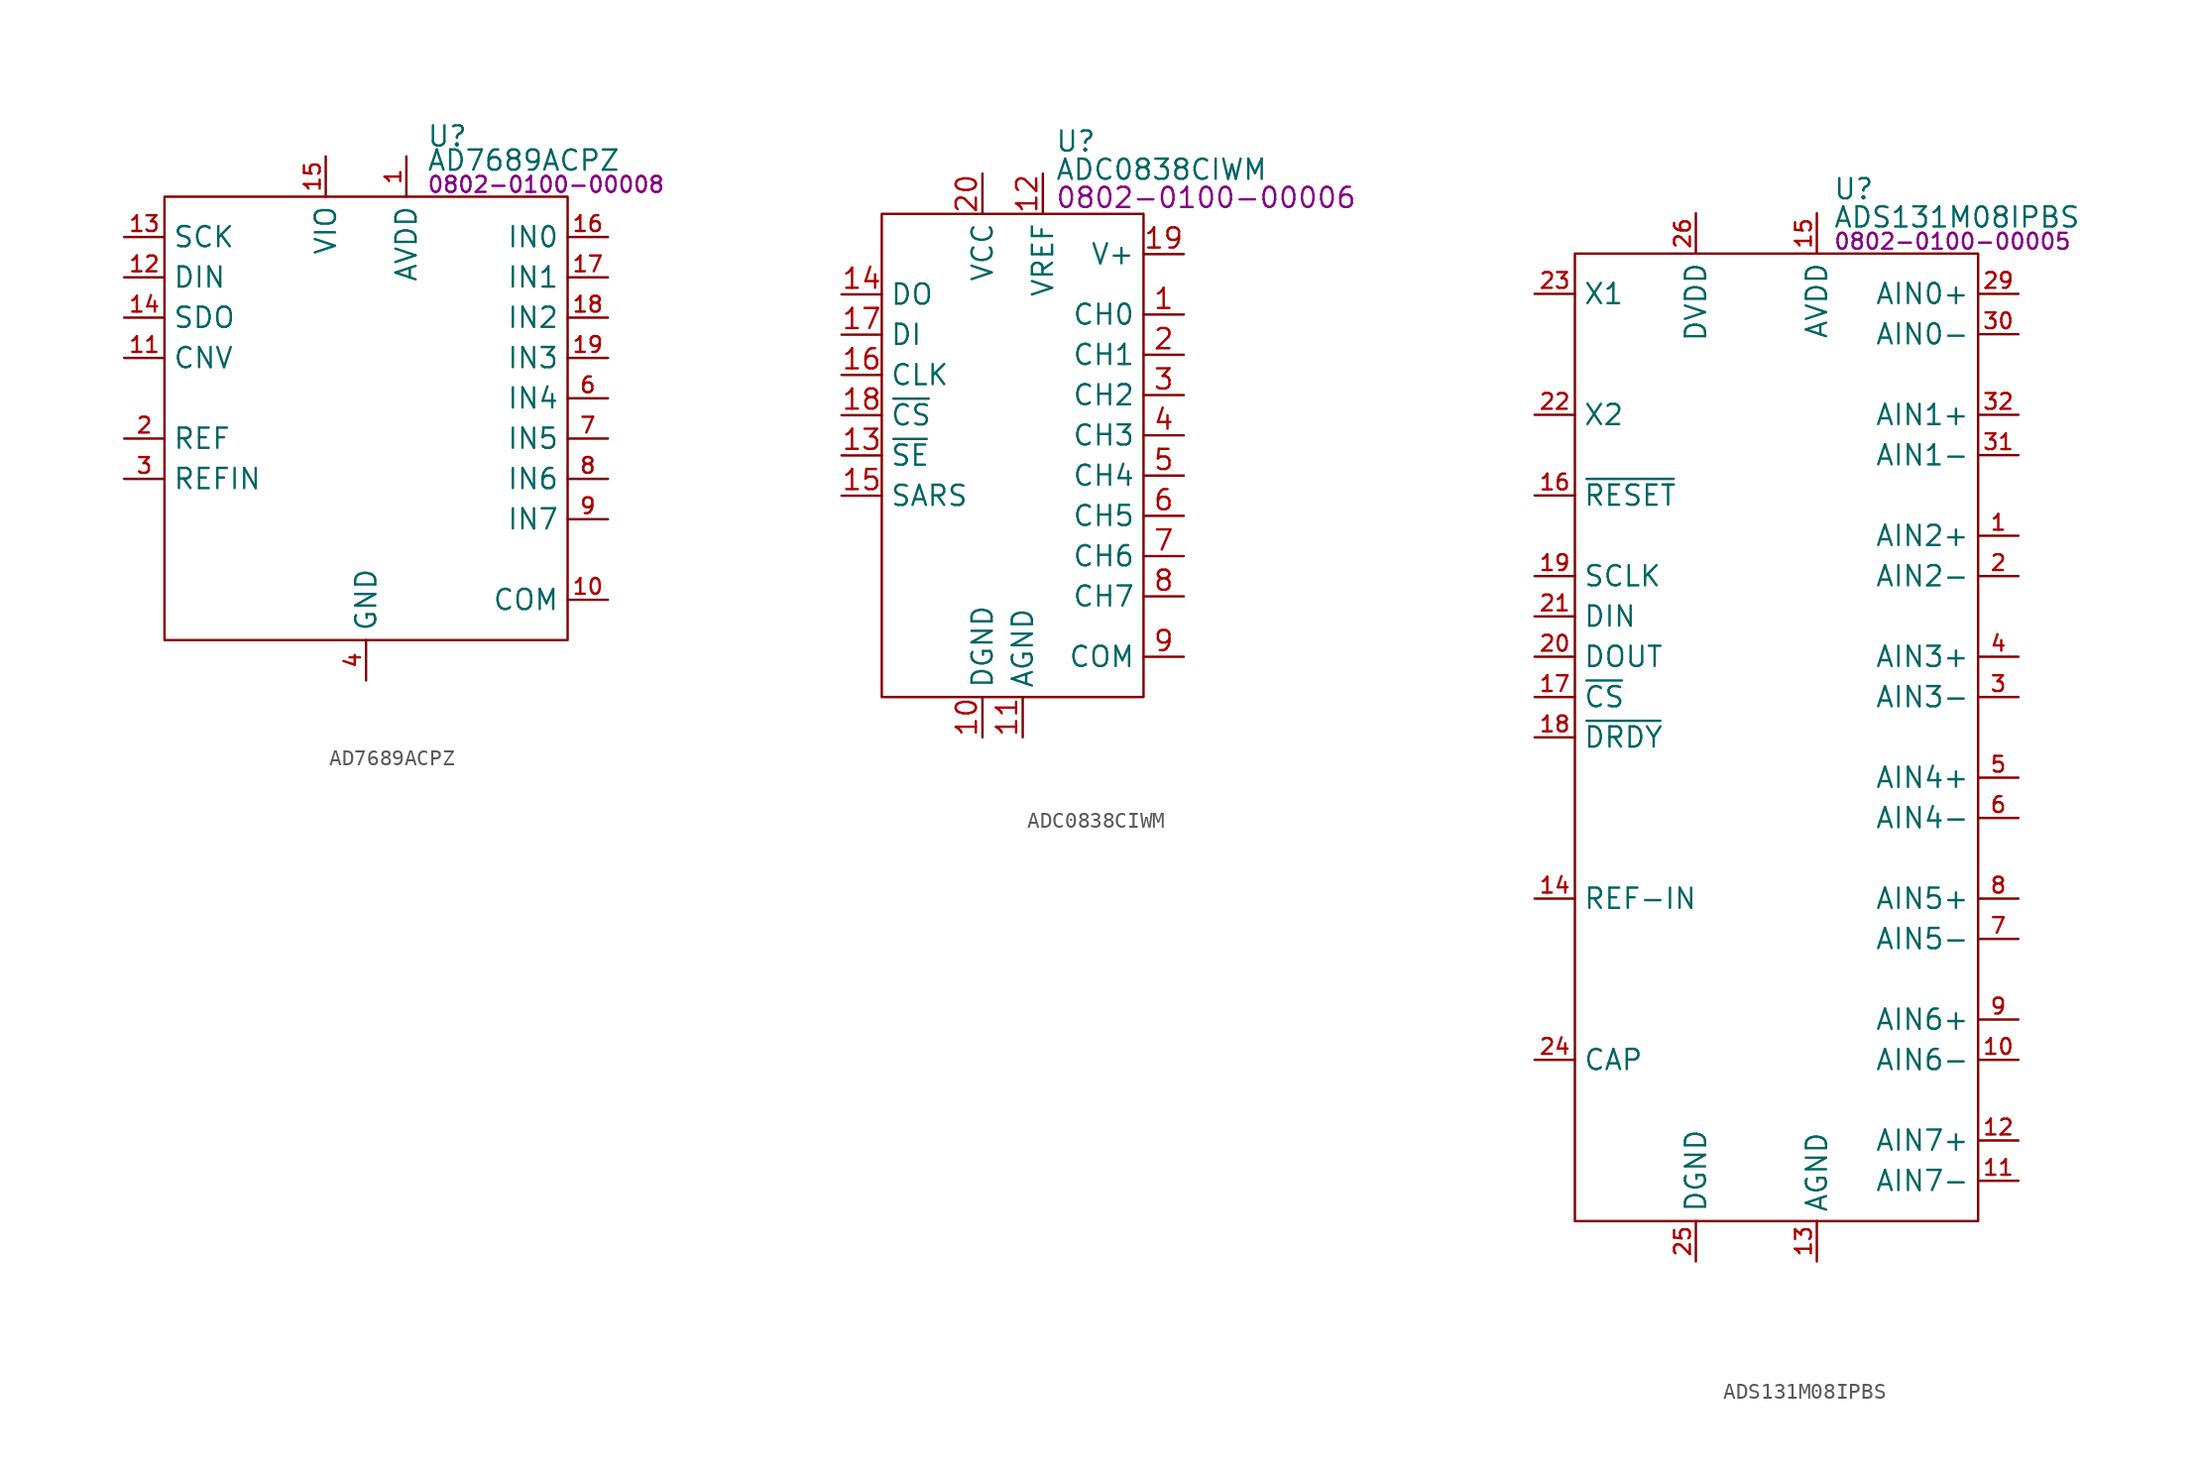
<source format=kicad_sym>
(kicad_symbol_lib
  (version 20231120)
  (generator "kicad_symbol_editor")
  (generator_version "8.0")
  (symbol "AD7689ACPZ"
    (property "Reference" "U"
      (at 16.51 3.81 0)
      (effects (font (size 1.27 1.27)) (justify left)))
    (property "Value" "AD7689ACPZ"
      (at 16.51 2.286 0)
      (effects (font (size 1.27 1.27)) (justify left)))
    (property "PartNumber" "0802-0100-00008"
      (at 16.51 0.762 0)
      (effects (font (size 1 1)) (justify left)))
    (symbol "AD7689ACPZ_0_0"
      (pin input line (at 27.94 -25.4 180) (length 2.54) (name "COM" (effects (font (size 1.27 1.27)))) (number "10" (effects (font (size 0.991 0.991)))))
      (pin input line (at -2.54 -10.16 0) (length 2.54) (name "CNV" (effects (font (size 1.27 1.27)))) (number "11" (effects (font (size 0.991 0.991)))))
      (pin input line (at -2.54 -5.08 0) (length 2.54) (name "DIN" (effects (font (size 1.27 1.27)))) (number "12" (effects (font (size 0.991 0.991)))))
      (pin input line (at -2.54 -2.54 0) (length 2.54) (name "SCK" (effects (font (size 1.27 1.27)))) (number "13" (effects (font (size 0.991 0.991)))))
      (pin output line (at -2.54 -7.62 0) (length 2.54) (name "SDO" (effects (font (size 1.27 1.27)))) (number "14" (effects (font (size 0.991 0.991)))))
      (pin power_in line (at 10.16 2.54 270) (length 2.54) (name "VIO" (effects (font (size 1.27 1.27)))) (number "15" (effects (font (size 0.991 0.991)))))
      (pin input line (at 27.94 -2.54 180) (length 2.54) (name "IN0" (effects (font (size 1.27 1.27)))) (number "16" (effects (font (size 0.991 0.991)))))
      (pin input line (at 27.94 -5.08 180) (length 2.54) (name "IN1" (effects (font (size 1.27 1.27)))) (number "17" (effects (font (size 0.991 0.991)))))
      (pin input line (at 27.94 -7.62 180) (length 2.54) (name "IN2" (effects (font (size 1.27 1.27)))) (number "18" (effects (font (size 0.991 0.991)))))
      (pin input line (at 27.94 -10.16 180) (length 2.54) (name "IN3" (effects (font (size 1.27 1.27)))) (number "19" (effects (font (size 0.991 0.991)))))
      (pin input line (at -2.54 -15.24 0) (length 2.54) (name "REF" (effects (font (size 1.27 1.27)))) (number "2" (effects (font (size 0.991 0.991)))))
      (pin power_in line (at 12.7 -30.48 90) (length 2.54) hide (name "GND" (effects (font (size 1.27 1.27)))) (number "21" (effects (font (size 0.991 0.991)))))
      (pin input line (at -2.54 -17.78 0) (length 2.54) (name "REFIN" (effects (font (size 1.27 1.27)))) (number "3" (effects (font (size 0.991 0.991)))))
      (pin power_in line (at 12.7 -30.48 90) (length 2.54) (name "GND" (effects (font (size 1.27 1.27)))) (number "4" (effects (font (size 0.991 0.991)))))
      (pin power_in line (at 12.7 -30.48 90) (length 2.54) hide (name "GND" (effects (font (size 1.27 1.27)))) (number "5" (effects (font (size 0.991 0.991)))))
      (pin input line (at 27.94 -12.7 180) (length 2.54) (name "IN4" (effects (font (size 1.27 1.27)))) (number "6" (effects (font (size 0.991 0.991)))))
      (pin input line (at 27.94 -15.24 180) (length 2.54) (name "IN5" (effects (font (size 1.27 1.27)))) (number "7" (effects (font (size 0.991 0.991)))))
      (pin input line (at 27.94 -17.78 180) (length 2.54) (name "IN6" (effects (font (size 1.27 1.27)))) (number "8" (effects (font (size 0.991 0.991)))))
      (pin input line (at 27.94 -20.32 180) (length 2.54) (name "IN7" (effects (font (size 1.27 1.27)))) (number "9" (effects (font (size 0.991 0.991))))))
    (symbol "AD7689ACPZ_0_1"
      (rectangle (start 0 0) (end 25.4 -27.94) (stroke (width 0) (type default)) (fill (type none))))
    (symbol "AD7689ACPZ_1_0"
      (pin power_in line (at 15.24 2.54 270) (length 2.54) (name "AVDD" (effects (font (size 1.27 1.27)))) (number "1" (effects (font (size 0.991 0.991)))))
      (pin power_in line (at 15.24 2.54 270) (length 2.54) hide (name "AVDD" (effects (font (size 1.27 1.27)))) (number "20" (effects (font (size 0.991 0.991)))))))
  (symbol "ADC0838CIWM"
    (property "Reference" "U"
      (at 10.922 4.572 0)
      (effects (font (size 1.27 1.27)) (justify left)))
    (property "Value" "ADC0838CIWM"
      (at 10.922 2.794 0)
      (effects (font (size 1.27 1.27)) (justify left)))
    (property "PartNumber" "0802-0100-00006"
      (at 10.922 1.016 0)
      (effects (font (size 1.27 1.27)) (justify left)))
    (symbol "ADC0838CIWM_0_0"
      (pin input line (at 19.05 -6.35 180) (length 2.54) (name "CH0" (effects (font (size 1.27 1.27)))) (number "1" (effects (font (size 1.27 1.27)))))
      (pin power_in line (at 6.35 -33.02 90) (length 2.54) (name "DGND" (effects (font (size 1.27 1.27)))) (number "10" (effects (font (size 1.27 1.27)))))
      (pin power_in line (at 8.89 -33.02 90) (length 2.54) (name "AGND" (effects (font (size 1.27 1.27)))) (number "11" (effects (font (size 1.27 1.27)))))
      (pin input line (at 10.16 2.54 270) (length 2.54) (name "VREF" (effects (font (size 1.27 1.27)))) (number "12" (effects (font (size 1.27 1.27)))))
      (pin input line (at -2.54 -15.24 0) (length 2.54) (name "~{SE}" (effects (font (size 1.27 1.27)))) (number "13" (effects (font (size 1.27 1.27)))))
      (pin output line (at -2.54 -5.08 0) (length 2.54) (name "DO" (effects (font (size 1.27 1.27)))) (number "14" (effects (font (size 1.27 1.27)))))
      (pin output line (at -2.54 -17.78 0) (length 2.54) (name "SARS" (effects (font (size 1.27 1.27)))) (number "15" (effects (font (size 1.27 1.27)))))
      (pin input line (at -2.54 -10.16 0) (length 2.54) (name "CLK" (effects (font (size 1.27 1.27)))) (number "16" (effects (font (size 1.27 1.27)))))
      (pin input line (at -2.54 -7.62 0) (length 2.54) (name "DI" (effects (font (size 1.27 1.27)))) (number "17" (effects (font (size 1.27 1.27)))))
      (pin input line (at -2.54 -12.7 0) (length 2.54) (name "~{CS}" (effects (font (size 1.27 1.27)))) (number "18" (effects (font (size 1.27 1.27)))))
      (pin power_out line (at 19.05 -2.54 180) (length 2.54) (name "V+" (effects (font (size 1.27 1.27)))) (number "19" (effects (font (size 1.27 1.27)))))
      (pin input line (at 19.05 -8.89 180) (length 2.54) (name "CH1" (effects (font (size 1.27 1.27)))) (number "2" (effects (font (size 1.27 1.27)))))
      (pin power_in line (at 6.35 2.54 270) (length 2.54) (name "VCC" (effects (font (size 1.27 1.27)))) (number "20" (effects (font (size 1.27 1.27)))))
      (pin input line (at 19.05 -11.43 180) (length 2.54) (name "CH2" (effects (font (size 1.27 1.27)))) (number "3" (effects (font (size 1.27 1.27)))))
      (pin input line (at 19.05 -13.97 180) (length 2.54) (name "CH3" (effects (font (size 1.27 1.27)))) (number "4" (effects (font (size 1.27 1.27)))))
      (pin input line (at 19.05 -16.51 180) (length 2.54) (name "CH4" (effects (font (size 1.27 1.27)))) (number "5" (effects (font (size 1.27 1.27)))))
      (pin input line (at 19.05 -19.05 180) (length 2.54) (name "CH5" (effects (font (size 1.27 1.27)))) (number "6" (effects (font (size 1.27 1.27)))))
      (pin input line (at 19.05 -21.59 180) (length 2.54) (name "CH6" (effects (font (size 1.27 1.27)))) (number "7" (effects (font (size 1.27 1.27)))))
      (pin input line (at 19.05 -24.13 180) (length 2.54) (name "CH7" (effects (font (size 1.27 1.27)))) (number "8" (effects (font (size 1.27 1.27)))))
      (pin input line (at 19.05 -27.94 180) (length 2.54) (name "COM" (effects (font (size 1.27 1.27)))) (number "9" (effects (font (size 1.27 1.27))))))
    (symbol "ADC0838CIWM_0_1"
      (rectangle (start 0 0) (end 16.51 -30.48) (stroke (width 0) (type default)) (fill (type none)))))
  (symbol "ADS131M08IPBS"
    (property "Reference" "U"
      (at 16.256 4.064 0)
      (effects (font (size 1.27 1.27)) (justify left)))
    (property "Value" "ADS131M08IPBS"
      (at 16.256 2.286 0)
      (effects (font (size 1.27 1.27)) (justify left)))
    (property "PartNumber" "0802-0100-00005"
      (at 16.256 0.762 0)
      (effects (font (size 1 1)) (justify left)))
    (symbol "ADS131M08IPBS_0_0"
      (pin input line (at 27.94 -17.78 180) (length 2.54) (name "AIN2+" (effects (font (size 1.27 1.27)))) (number "1" (effects (font (size 0.991 0.991)))))
      (pin input line (at 27.94 -50.8 180) (length 2.54) (name "AIN6-" (effects (font (size 1.27 1.27)))) (number "10" (effects (font (size 0.991 0.991)))))
      (pin input line (at 27.94 -58.42 180) (length 2.54) (name "AIN7-" (effects (font (size 1.27 1.27)))) (number "11" (effects (font (size 0.991 0.991)))))
      (pin input line (at 27.94 -55.88 180) (length 2.54) (name "AIN7+" (effects (font (size 1.27 1.27)))) (number "12" (effects (font (size 0.991 0.991)))))
      (pin power_in line (at 15.24 -63.5 90) (length 2.54) (name "AGND" (effects (font (size 1.27 1.27)))) (number "13" (effects (font (size 0.991 0.991)))))
      (pin input line (at -2.54 -40.64 0) (length 2.54) (name "REF-IN" (effects (font (size 1.27 1.27)))) (number "14" (effects (font (size 0.991 0.991)))))
      (pin power_in line (at 15.24 2.54 270) (length 2.54) (name "AVDD" (effects (font (size 1.27 1.27)))) (number "15" (effects (font (size 0.991 0.991)))))
      (pin input line (at -2.54 -15.24 0) (length 2.54) (name "~{RESET}" (effects (font (size 1.27 1.27)))) (number "16" (effects (font (size 0.991 0.991)))))
      (pin input line (at -2.54 -27.94 0) (length 2.54) (name "~{CS}" (effects (font (size 1.27 1.27)))) (number "17" (effects (font (size 0.991 0.991)))))
      (pin output line (at -2.54 -30.48 0) (length 2.54) (name "~{DRDY}" (effects (font (size 1.27 1.27)))) (number "18" (effects (font (size 0.991 0.991)))))
      (pin input line (at -2.54 -20.32 0) (length 2.54) (name "SCLK" (effects (font (size 1.27 1.27)))) (number "19" (effects (font (size 0.991 0.991)))))
      (pin input line (at 27.94 -20.32 180) (length 2.54) (name "AIN2-" (effects (font (size 1.27 1.27)))) (number "2" (effects (font (size 0.991 0.991)))))
      (pin output line (at -2.54 -25.4 0) (length 2.54) (name "DOUT" (effects (font (size 1.27 1.27)))) (number "20" (effects (font (size 0.991 0.991)))))
      (pin input line (at -2.54 -22.86 0) (length 2.54) (name "DIN" (effects (font (size 1.27 1.27)))) (number "21" (effects (font (size 0.991 0.991)))))
      (pin passive line (at -2.54 -10.16 0) (length 2.54) (name "X2" (effects (font (size 1.27 1.27)))) (number "22" (effects (font (size 0.991 0.991)))))
      (pin passive line (at -2.54 -2.54 0) (length 2.54) (name "X1" (effects (font (size 1.27 1.27)))) (number "23" (effects (font (size 0.991 0.991)))))
      (pin input line (at -2.54 -50.8 0) (length 2.54) (name "CAP" (effects (font (size 1.27 1.27)))) (number "24" (effects (font (size 0.991 0.991)))))
      (pin power_in line (at 7.62 -63.5 90) (length 2.54) (name "DGND" (effects (font (size 1.27 1.27)))) (number "25" (effects (font (size 0.991 0.991)))))
      (pin power_in line (at 7.62 2.54 270) (length 2.54) (name "DVDD" (effects (font (size 1.27 1.27)))) (number "26" (effects (font (size 0.991 0.991)))))
      (pin no_connect line (at 7.62 -7.62 0) (length 2.54) hide (name "NC" (effects (font (size 1.27 1.27)))) (number "27" (effects (font (size 0.991 0.991)))))
      (pin power_in line (at 15.24 -63.5 90) (length 2.54) hide (name "AGND" (effects (font (size 1.27 1.27)))) (number "28" (effects (font (size 0.991 0.991)))))
      (pin input line (at 27.94 -2.54 180) (length 2.54) (name "AIN0+" (effects (font (size 1.27 1.27)))) (number "29" (effects (font (size 0.991 0.991)))))
      (pin input line (at 27.94 -27.94 180) (length 2.54) (name "AIN3-" (effects (font (size 1.27 1.27)))) (number "3" (effects (font (size 0.991 0.991)))))
      (pin input line (at 27.94 -5.08 180) (length 2.54) (name "AIN0-" (effects (font (size 1.27 1.27)))) (number "30" (effects (font (size 0.991 0.991)))))
      (pin input line (at 27.94 -12.7 180) (length 2.54) (name "AIN1-" (effects (font (size 1.27 1.27)))) (number "31" (effects (font (size 0.991 0.991)))))
      (pin input line (at 27.94 -10.16 180) (length 2.54) (name "AIN1+" (effects (font (size 1.27 1.27)))) (number "32" (effects (font (size 0.991 0.991)))))
      (pin input line (at 27.94 -25.4 180) (length 2.54) (name "AIN3+" (effects (font (size 1.27 1.27)))) (number "4" (effects (font (size 0.991 0.991)))))
      (pin input line (at 27.94 -33.02 180) (length 2.54) (name "AIN4+" (effects (font (size 1.27 1.27)))) (number "5" (effects (font (size 0.991 0.991)))))
      (pin input line (at 27.94 -35.56 180) (length 2.54) (name "AIN4-" (effects (font (size 1.27 1.27)))) (number "6" (effects (font (size 0.991 0.991)))))
      (pin input line (at 27.94 -43.18 180) (length 2.54) (name "AIN5-" (effects (font (size 1.27 1.27)))) (number "7" (effects (font (size 0.991 0.991)))))
      (pin input line (at 27.94 -40.64 180) (length 2.54) (name "AIN5+" (effects (font (size 1.27 1.27)))) (number "8" (effects (font (size 0.991 0.991)))))
      (pin input line (at 27.94 -48.26 180) (length 2.54) (name "AIN6+" (effects (font (size 1.27 1.27)))) (number "9" (effects (font (size 0.991 0.991))))))
    (symbol "ADS131M08IPBS_0_1"
      (rectangle (start 0 0) (end 25.4 -60.96) (stroke (width 0) (type default)) (fill (type none))))))
</source>
